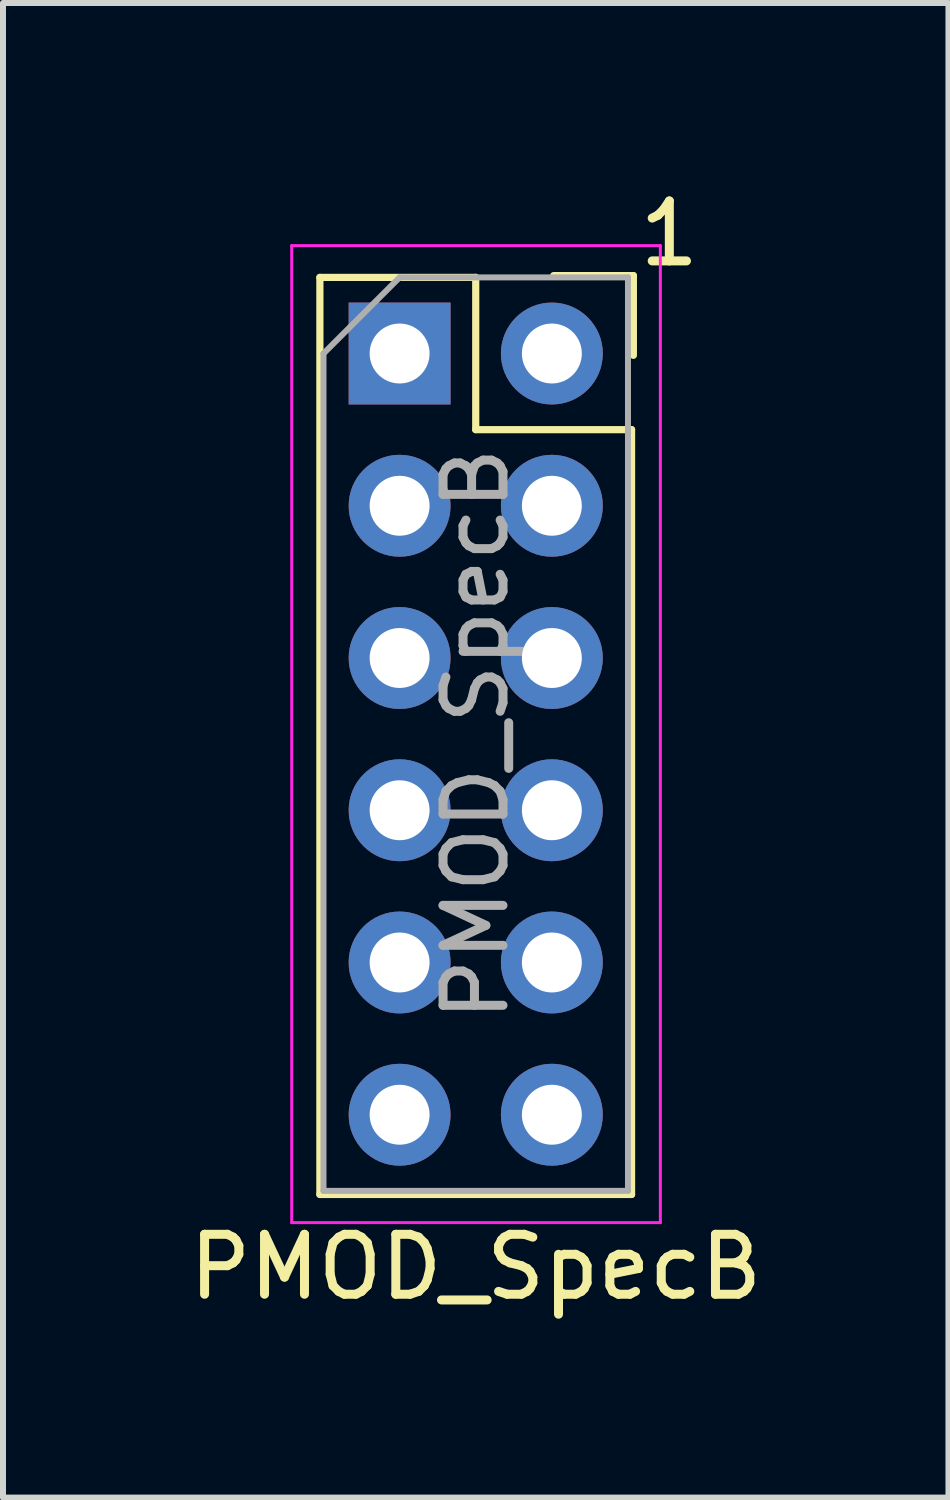
<source format=kicad_pcb>
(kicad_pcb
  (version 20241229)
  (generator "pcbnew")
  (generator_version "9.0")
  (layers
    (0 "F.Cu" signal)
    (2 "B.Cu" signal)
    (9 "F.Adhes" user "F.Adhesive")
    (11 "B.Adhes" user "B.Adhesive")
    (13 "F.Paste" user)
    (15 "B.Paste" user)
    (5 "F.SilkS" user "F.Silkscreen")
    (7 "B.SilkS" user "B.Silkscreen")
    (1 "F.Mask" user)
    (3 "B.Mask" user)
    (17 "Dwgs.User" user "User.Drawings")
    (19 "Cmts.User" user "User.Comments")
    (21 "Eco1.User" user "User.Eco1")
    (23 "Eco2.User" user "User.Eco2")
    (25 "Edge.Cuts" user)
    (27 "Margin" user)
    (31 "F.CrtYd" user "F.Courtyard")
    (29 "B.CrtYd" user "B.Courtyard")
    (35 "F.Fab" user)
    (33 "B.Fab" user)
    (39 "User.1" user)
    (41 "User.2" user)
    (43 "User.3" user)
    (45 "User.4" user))
  (footprint "PMOD_SpecB"
    (layer "F.Cu")
    (at 6.157 2.848)
    (property "Reference" "PMOD_SpecB" (at -1.27 15.24 0) (layer "F.SilkS") (effects (font (size 1 1) (thickness 0.15))))
    (attr through_hole)
    (fp_line (start -3.87 -1.27) (end -3.87 14.03) (stroke (width 0.12) (type solid)) (layer "F.SilkS"))
    (fp_line (start -3.87 -1.27) (end -1.27 -1.27) (stroke (width 0.12) (type solid)) (layer "F.SilkS"))
    (fp_line (start -3.87 14.03) (end 1.33 14.03) (stroke (width 0.12) (type solid)) (layer "F.SilkS"))
    (fp_line (start -1.27 1.27) (end -1.27 -1.27) (stroke (width 0.12) (type solid)) (layer "F.SilkS"))
    (fp_line (start -1.27 1.27) (end 1.33 1.27) (stroke (width 0.12) (type solid)) (layer "F.SilkS"))
    (fp_line (start 0.03 -1.3) (end 1.36 -1.3) (stroke (width 0.12) (type solid)) (layer "F.SilkS"))
    (fp_line (start 1.33 1.27) (end 1.33 14.03) (stroke (width 0.12) (type solid)) (layer "F.SilkS"))
    (fp_line (start 1.36 0.03) (end 1.36 -1.3) (stroke (width 0.12) (type solid)) (layer "F.SilkS"))
    (fp_line (start -4.34 -1.8) (end -4.34 14.5) (stroke (width 0.05) (type solid)) (layer "F.CrtYd"))
    (fp_line (start -4.34 14.5) (end 1.81 14.5) (stroke (width 0.05) (type solid)) (layer "F.CrtYd"))
    (fp_line (start 1.81 -1.8) (end -4.34 -1.8) (stroke (width 0.05) (type solid)) (layer "F.CrtYd"))
    (fp_line (start 1.81 14.5) (end 1.81 -1.8) (stroke (width 0.05) (type solid)) (layer "F.CrtYd"))
    (fp_line (start -3.81 0) (end -2.54 -1.27) (stroke (width 0.1) (type solid)) (layer "F.Fab"))
    (fp_line (start -3.81 13.97) (end -3.81 0) (stroke (width 0.1) (type solid)) (layer "F.Fab"))
    (fp_line (start -2.54 -1.27) (end 1.27 -1.27) (stroke (width 0.1) (type solid)) (layer "F.Fab"))
    (fp_line (start 1.27 -1.27) (end 1.27 13.97) (stroke (width 0.1) (type solid)) (layer "F.Fab"))
    (fp_line (start 1.27 13.97) (end -3.81 13.97) (stroke (width 0.1) (type solid)) (layer "F.Fab"))
    (fp_text user "1" (at 1.96 -2 0) (layer "F.SilkS") (effects (font (size 1 1) (thickness 0.15))))
    (fp_text user "${REFERENCE}" (at -1.27 6.35 90) (layer "F.Fab") (effects (font (size 1 1) (thickness 0.15))))
    (pad "1" thru_hole oval (at 0 0) (size 1.7 1.7) (drill 1) (layers "*.Cu" "*.Mask"))
    (pad "2" thru_hole oval (at 0 2.54) (size 1.7 1.7) (drill 1) (layers "*.Cu" "*.Mask"))
    (pad "3" thru_hole oval (at 0 5.08) (size 1.7 1.7) (drill 1) (layers "*.Cu" "*.Mask"))
    (pad "4" thru_hole oval (at 0 7.62) (size 1.7 1.7) (drill 1) (layers "*.Cu" "*.Mask"))
    (pad "5" thru_hole oval (at 0 10.16) (size 1.7 1.7) (drill 1) (layers "*.Cu" "*.Mask"))
    (pad "6" thru_hole oval (at 0 12.7) (size 1.7 1.7) (drill 1) (layers "*.Cu" "*.Mask"))
    (pad "7" thru_hole rect (at -2.54 0) (size 1.7 1.7) (drill 1) (layers "*.Cu" "*.Mask"))
    (pad "8" thru_hole oval (at -2.54 2.54) (size 1.7 1.7) (drill 1) (layers "*.Cu" "*.Mask"))
    (pad "9" thru_hole oval (at -2.54 5.08) (size 1.7 1.7) (drill 1) (layers "*.Cu" "*.Mask"))
    (pad "10" thru_hole oval (at -2.54 7.62) (size 1.7 1.7) (drill 1) (layers "*.Cu" "*.Mask"))
    (pad "11" thru_hole oval (at -2.54 10.16) (size 1.7 1.7) (drill 1) (layers "*.Cu" "*.Mask"))
    (pad "12" thru_hole oval (at -2.54 12.7) (size 1.7 1.7) (drill 1) (layers "*.Cu" "*.Mask")))
  (gr_rect
    (start -3 -3)
    (end 12.774 21.936)
    (stroke (width 0.1) (type default))
    (fill no)
    (layer "Edge.Cuts")))
</source>
